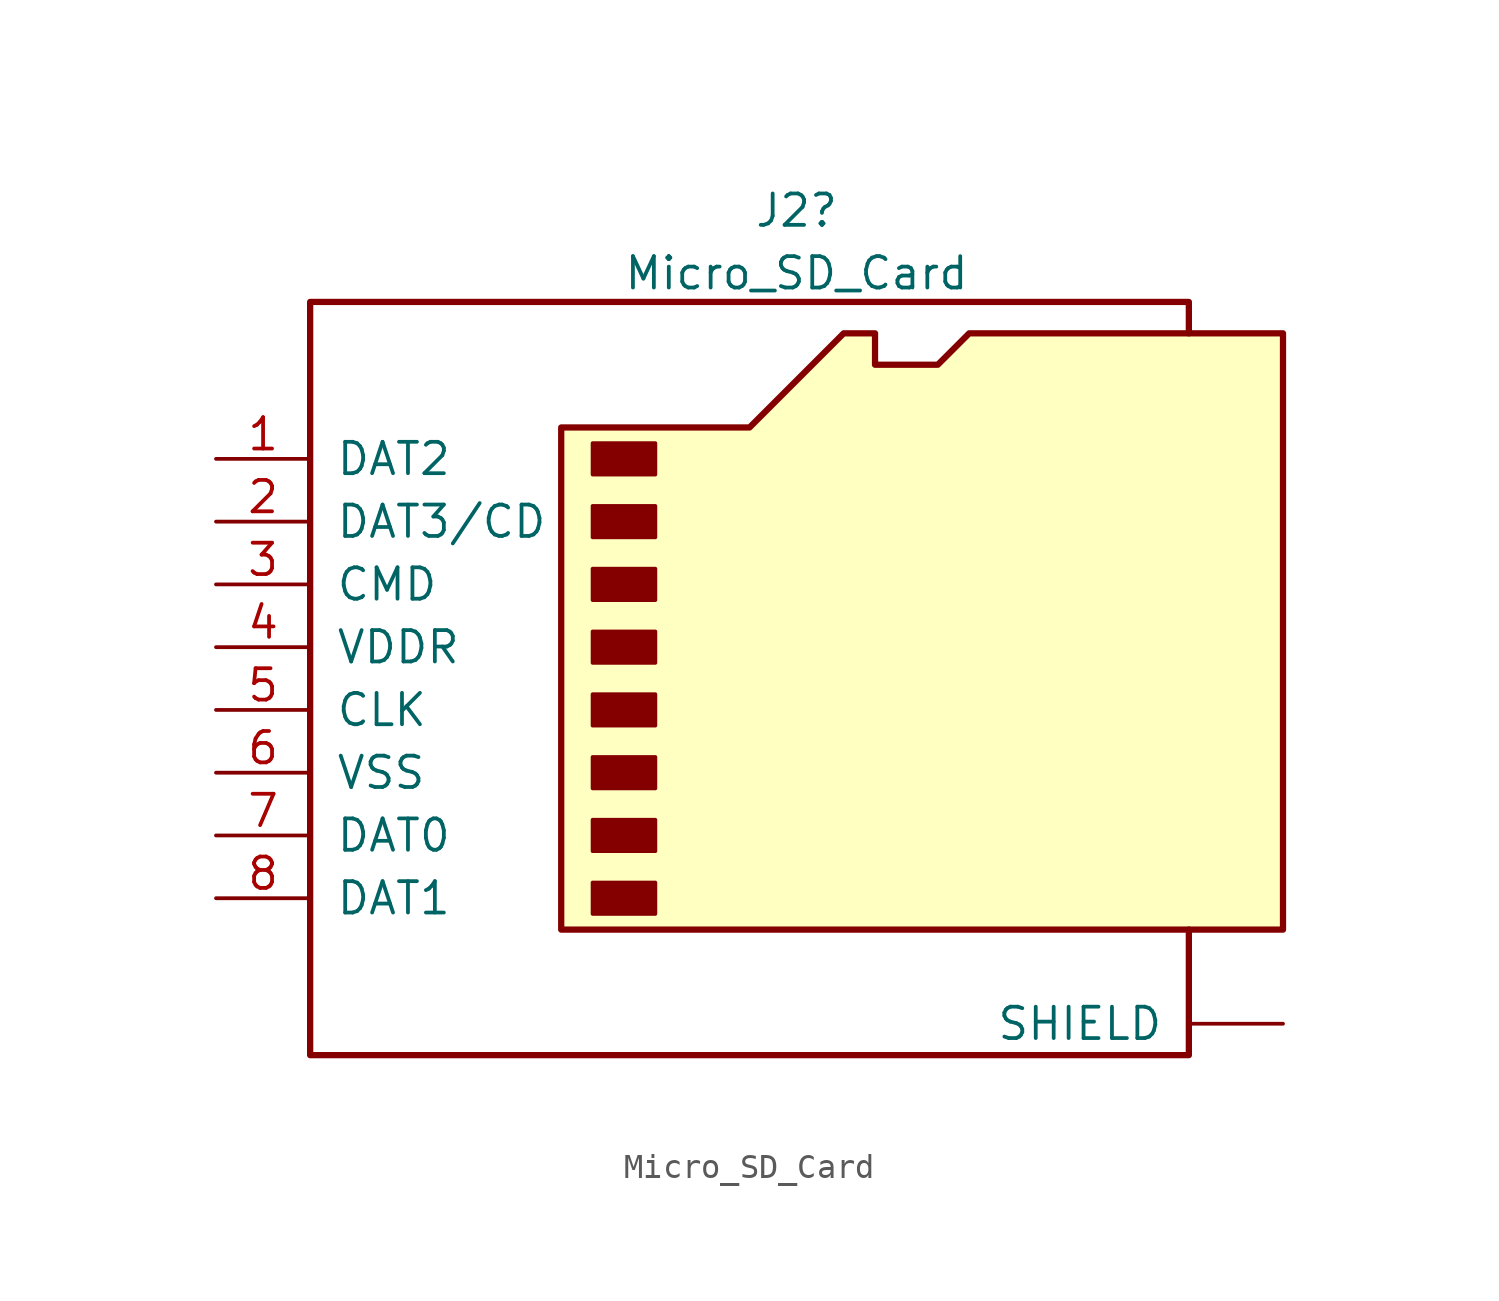
<source format=kicad_sym>
(kicad_symbol_lib
  (version 20211014)
  (generator kicad_symbol_editor)
  (symbol "Micro_SD_Card"
    (pin_names
      (offset 1.016))
    (property "Reference" "J2"
      (at 0.635 17.67 0)
      (effects (font (size 1.27 1.27))))
    (property "Value" "Micro_SD_Card"
      (at 0.635 15.133 0)
      (effects (font (size 1.27 1.27))))
    (symbol "Micro_SD_Card_0_1"
      (rectangle (start -7.62 -9.525) (end -5.08 -10.795) (stroke (width 0) (type default) (color 0 0 0 0)) (fill (type outline)))
      (rectangle (start -7.62 -6.985) (end -5.08 -8.255) (stroke (width 0) (type default) (color 0 0 0 0)) (fill (type outline)))
      (rectangle (start -7.62 -4.445) (end -5.08 -5.715) (stroke (width 0) (type default) (color 0 0 0 0)) (fill (type outline)))
      (rectangle (start -7.62 -1.905) (end -5.08 -3.175) (stroke (width 0) (type default) (color 0 0 0 0)) (fill (type outline)))
      (rectangle (start -7.62 0.635) (end -5.08 -0.635) (stroke (width 0) (type default) (color 0 0 0 0)) (fill (type outline)))
      (rectangle (start -7.62 3.175) (end -5.08 1.905) (stroke (width 0) (type default) (color 0 0 0 0)) (fill (type outline)))
      (rectangle (start -7.62 5.715) (end -5.08 4.445) (stroke (width 0) (type default) (color 0 0 0 0)) (fill (type outline)))
      (rectangle (start -7.62 8.255) (end -5.08 6.985) (stroke (width 0) (type default) (color 0 0 0 0)) (fill (type outline)))
      (polyline (pts (xy 16.51 12.7) (xy 16.51 13.97) (xy -19.05 13.97) (xy -19.05 -16.51) (xy 16.51 -16.51) (xy 16.51 -11.43)) (stroke (width 0.254) (type default) (color 0 0 0 0)) (fill (type none)))
      (polyline (pts (xy -8.89 -11.43) (xy -8.89 8.89) (xy -1.27 8.89) (xy 2.54 12.7) (xy 3.81 12.7) (xy 3.81 11.43) (xy 6.35 11.43) (xy 7.62 12.7) (xy 20.32 12.7) (xy 20.32 -11.43) (xy -8.89 -11.43)) (stroke (width 0.254) (type default) (color 0 0 0 0)) (fill (type background))))
    (symbol "Micro_SD_Card_1_1"
      (pin bidirectional line (at -22.86 7.62 0) (length 3.81) (name "DAT2" (effects (font (size 1.27 1.27)))) (number "1" (effects (font (size 1.27 1.27)))))
      (pin passive line (at 20.32 -15.24 180) (length 3.81) hide (name "SHIELD" (effects (font (size 1.27 1.27)))) (number "10" (effects (font (size 1.27 1.27)))))
      (pin passive line (at 20.32 -15.24 180) (length 3.81) hide (name "SHIELD" (effects (font (size 1.27 1.27)))) (number "11" (effects (font (size 1.27 1.27)))))
      (pin bidirectional line (at -22.86 5.08 0) (length 3.81) (name "DAT3/CD" (effects (font (size 1.27 1.27)))) (number "2" (effects (font (size 1.27 1.27)))))
      (pin input line (at -22.86 2.54 0) (length 3.81) (name "CMD" (effects (font (size 1.27 1.27)))) (number "3" (effects (font (size 1.27 1.27)))))
      (pin power_in line (at -22.86 0 0) (length 3.81) (name "VDDR" (effects (font (size 1.27 1.27)))) (number "4" (effects (font (size 1.27 1.27)))))
      (pin input line (at -22.86 -2.54 0) (length 3.81) (name "CLK" (effects (font (size 1.27 1.27)))) (number "5" (effects (font (size 1.27 1.27)))))
      (pin power_in line (at -22.86 -5.08 0) (length 3.81) (name "VSS" (effects (font (size 1.27 1.27)))) (number "6" (effects (font (size 1.27 1.27)))))
      (pin bidirectional line (at -22.86 -7.62 0) (length 3.81) (name "DAT0" (effects (font (size 1.27 1.27)))) (number "7" (effects (font (size 1.27 1.27)))))
      (pin bidirectional line (at -22.86 -10.16 0) (length 3.81) (name "DAT1" (effects (font (size 1.27 1.27)))) (number "8" (effects (font (size 1.27 1.27)))))
      (pin passive line (at 20.32 -15.24 180) (length 3.81) (name "SHIELD" (effects (font (size 1.27 1.27)))) (number "9" (effects (font (size 0 0))))))))
</source>
